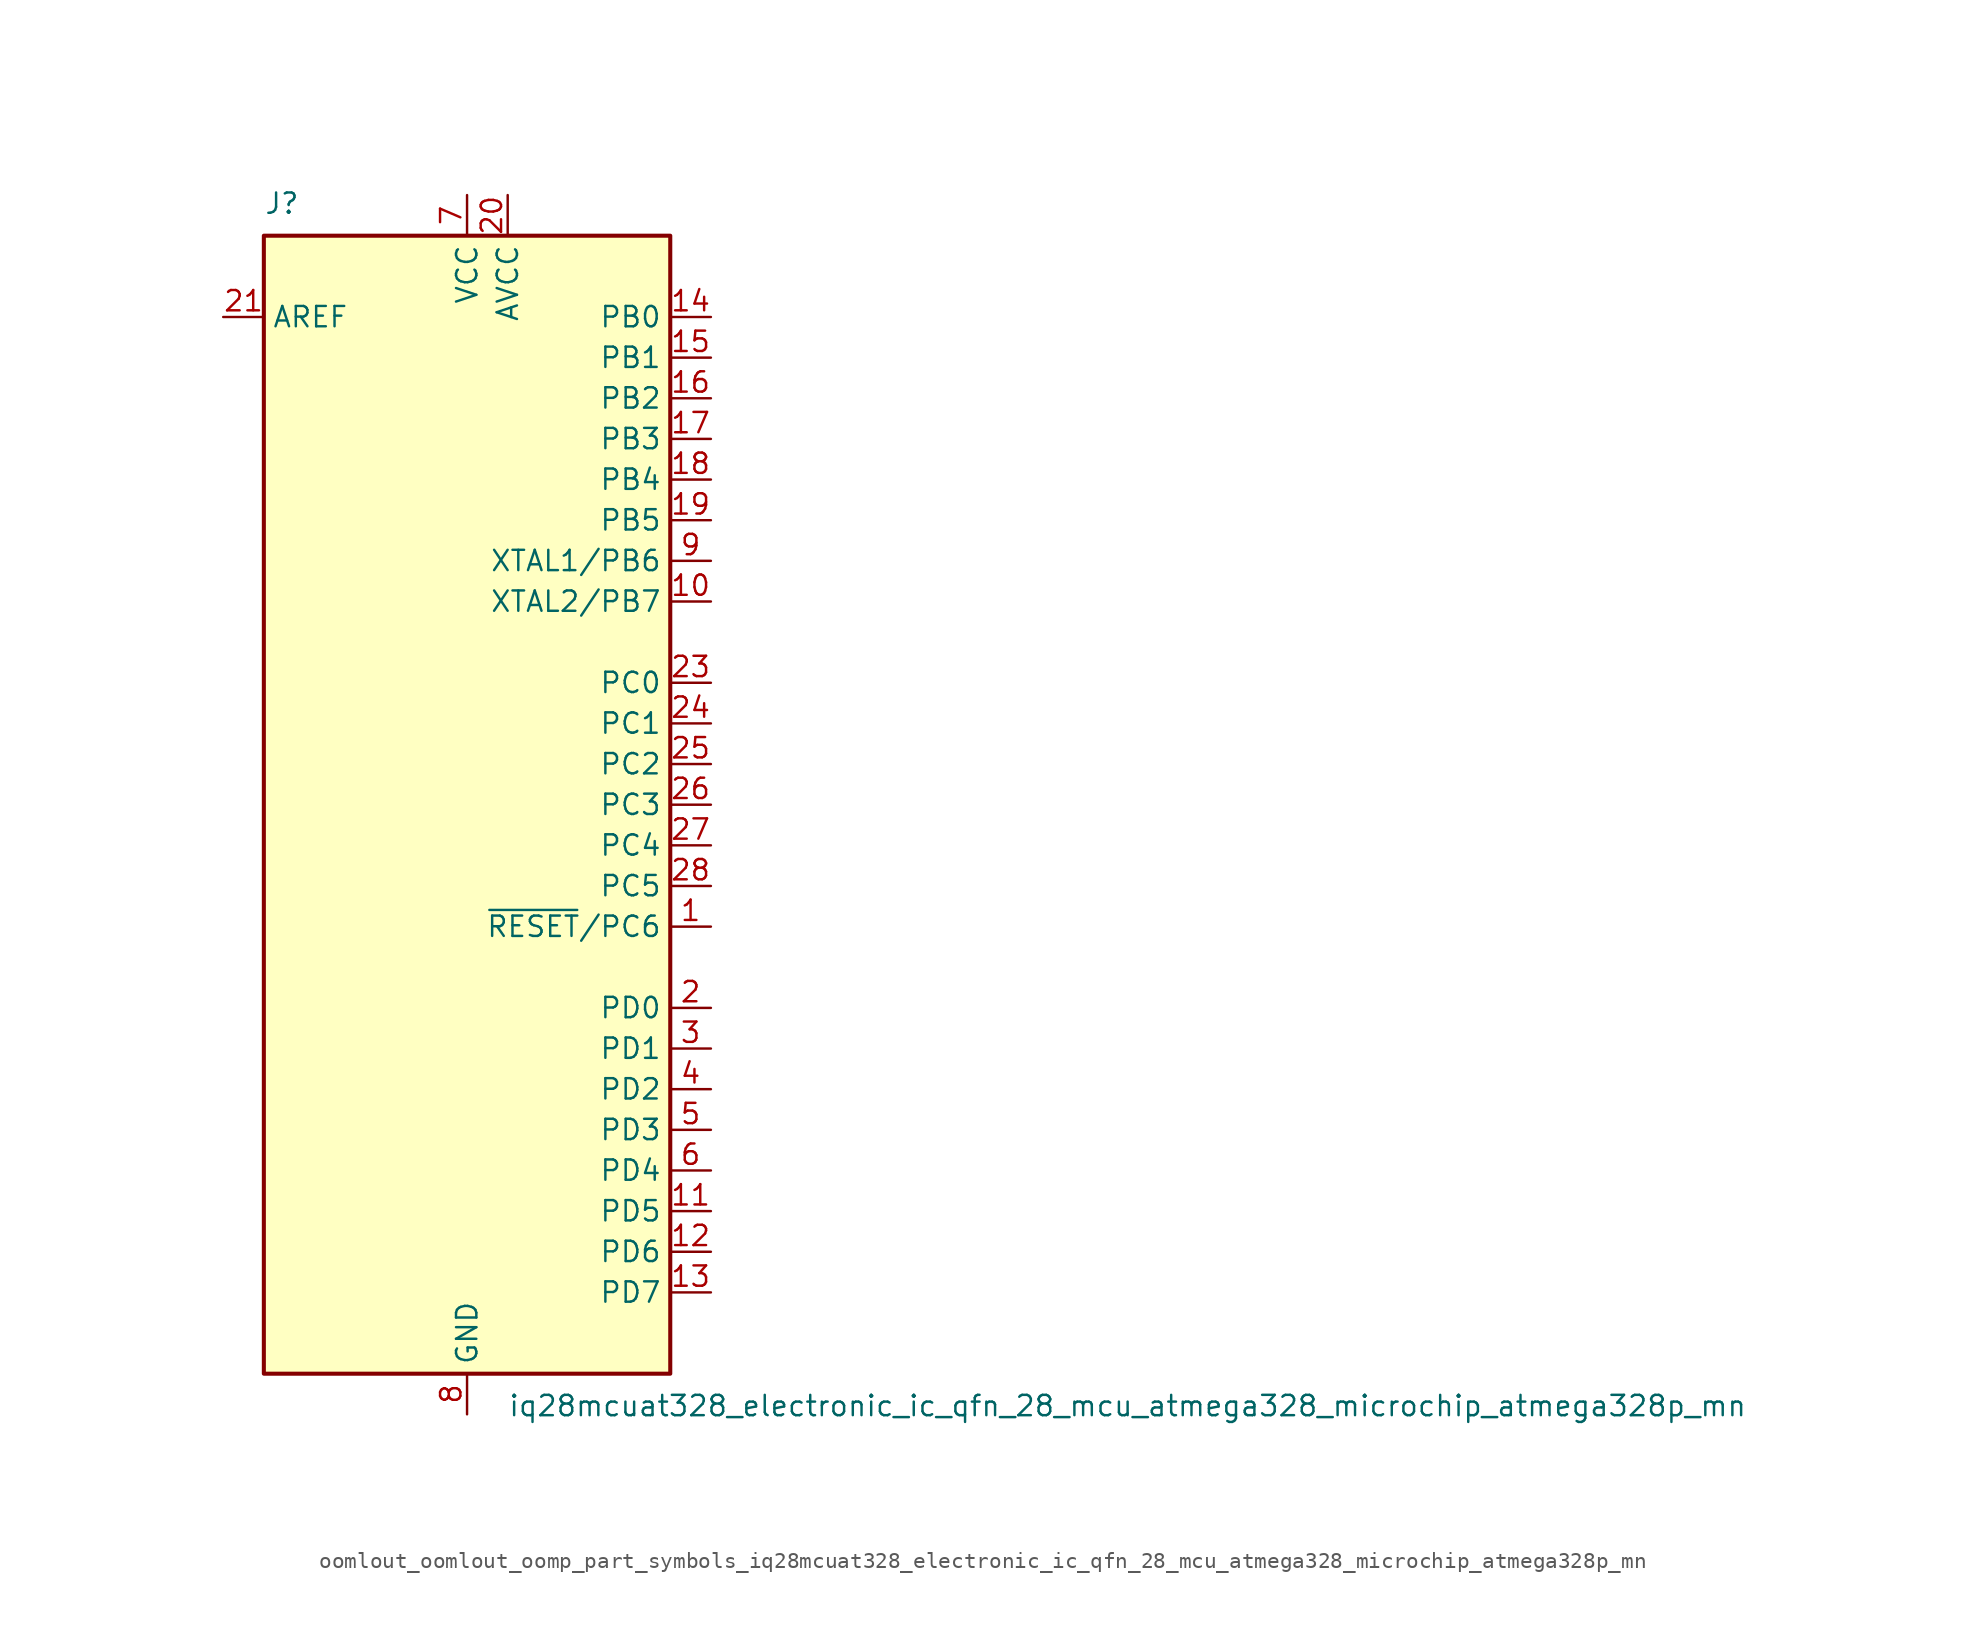
<source format=kicad_sym>
(kicad_symbol_lib
  (version 20220914)
  (generator kicad_symbol_editor)
  (symbol "oomlout_oomlout_oomp_part_symbols_iq28mcuat328_electronic_ic_qfn_28_mcu_atmega328_microchip_atmega328p_mn"
    (property "Reference" "J"
      (at -12.7 36.83 0)
      (effects (font (size 1.27 1.27)) (justify left bottom)))
    (property "Value" "iq28mcuat328_electronic_ic_qfn_28_mcu_atmega328_microchip_atmega328p_mn"
      (at 2.54 -36.83 0)
      (effects (font (size 1.27 1.27)) (justify left top)))
    (symbol "oomlout_oomlout_oomp_part_symbols_iq28mcuat328_electronic_ic_qfn_28_mcu_atmega328_microchip_atmega328p_mn_0_1"
      (rectangle (start -12.7 -35.56) (end 12.7 35.56) (stroke (width 0.254) (type default)) (fill (type background))))
    (symbol "oomlout_oomlout_oomp_part_symbols_iq28mcuat328_electronic_ic_qfn_28_mcu_atmega328_microchip_atmega328p_mn_1_1"
      (pin bidirectional line (at 15.24 -7.62 180) (length 2.54) (name "~{RESET}/PC6" (effects (font (size 1.27 1.27)))) (number "1" (effects (font (size 1.27 1.27)))))
      (pin bidirectional line (at 15.24 12.7 180) (length 2.54) (name "XTAL2/PB7" (effects (font (size 1.27 1.27)))) (number "10" (effects (font (size 1.27 1.27)))))
      (pin bidirectional line (at 15.24 -25.4 180) (length 2.54) (name "PD5" (effects (font (size 1.27 1.27)))) (number "11" (effects (font (size 1.27 1.27)))))
      (pin bidirectional line (at 15.24 -27.94 180) (length 2.54) (name "PD6" (effects (font (size 1.27 1.27)))) (number "12" (effects (font (size 1.27 1.27)))))
      (pin bidirectional line (at 15.24 -30.48 180) (length 2.54) (name "PD7" (effects (font (size 1.27 1.27)))) (number "13" (effects (font (size 1.27 1.27)))))
      (pin bidirectional line (at 15.24 30.48 180) (length 2.54) (name "PB0" (effects (font (size 1.27 1.27)))) (number "14" (effects (font (size 1.27 1.27)))))
      (pin bidirectional line (at 15.24 27.94 180) (length 2.54) (name "PB1" (effects (font (size 1.27 1.27)))) (number "15" (effects (font (size 1.27 1.27)))))
      (pin bidirectional line (at 15.24 25.4 180) (length 2.54) (name "PB2" (effects (font (size 1.27 1.27)))) (number "16" (effects (font (size 1.27 1.27)))))
      (pin bidirectional line (at 15.24 22.86 180) (length 2.54) (name "PB3" (effects (font (size 1.27 1.27)))) (number "17" (effects (font (size 1.27 1.27)))))
      (pin bidirectional line (at 15.24 20.32 180) (length 2.54) (name "PB4" (effects (font (size 1.27 1.27)))) (number "18" (effects (font (size 1.27 1.27)))))
      (pin bidirectional line (at 15.24 17.78 180) (length 2.54) (name "PB5" (effects (font (size 1.27 1.27)))) (number "19" (effects (font (size 1.27 1.27)))))
      (pin bidirectional line (at 15.24 -12.7 180) (length 2.54) (name "PD0" (effects (font (size 1.27 1.27)))) (number "2" (effects (font (size 1.27 1.27)))))
      (pin power_in line (at 2.54 38.1 270) (length 2.54) (name "AVCC" (effects (font (size 1.27 1.27)))) (number "20" (effects (font (size 1.27 1.27)))))
      (pin passive line (at -15.24 30.48 0) (length 2.54) (name "AREF" (effects (font (size 1.27 1.27)))) (number "21" (effects (font (size 1.27 1.27)))))
      (pin passive line (at 0 -38.1 90) (length 2.54) hide (name "GND" (effects (font (size 1.27 1.27)))) (number "22" (effects (font (size 1.27 1.27)))))
      (pin bidirectional line (at 15.24 7.62 180) (length 2.54) (name "PC0" (effects (font (size 1.27 1.27)))) (number "23" (effects (font (size 1.27 1.27)))))
      (pin bidirectional line (at 15.24 5.08 180) (length 2.54) (name "PC1" (effects (font (size 1.27 1.27)))) (number "24" (effects (font (size 1.27 1.27)))))
      (pin bidirectional line (at 15.24 2.54 180) (length 2.54) (name "PC2" (effects (font (size 1.27 1.27)))) (number "25" (effects (font (size 1.27 1.27)))))
      (pin bidirectional line (at 15.24 0 180) (length 2.54) (name "PC3" (effects (font (size 1.27 1.27)))) (number "26" (effects (font (size 1.27 1.27)))))
      (pin bidirectional line (at 15.24 -2.54 180) (length 2.54) (name "PC4" (effects (font (size 1.27 1.27)))) (number "27" (effects (font (size 1.27 1.27)))))
      (pin bidirectional line (at 15.24 -5.08 180) (length 2.54) (name "PC5" (effects (font (size 1.27 1.27)))) (number "28" (effects (font (size 1.27 1.27)))))
      (pin bidirectional line (at 15.24 -15.24 180) (length 2.54) (name "PD1" (effects (font (size 1.27 1.27)))) (number "3" (effects (font (size 1.27 1.27)))))
      (pin bidirectional line (at 15.24 -17.78 180) (length 2.54) (name "PD2" (effects (font (size 1.27 1.27)))) (number "4" (effects (font (size 1.27 1.27)))))
      (pin bidirectional line (at 15.24 -20.32 180) (length 2.54) (name "PD3" (effects (font (size 1.27 1.27)))) (number "5" (effects (font (size 1.27 1.27)))))
      (pin bidirectional line (at 15.24 -22.86 180) (length 2.54) (name "PD4" (effects (font (size 1.27 1.27)))) (number "6" (effects (font (size 1.27 1.27)))))
      (pin power_in line (at 0 38.1 270) (length 2.54) (name "VCC" (effects (font (size 1.27 1.27)))) (number "7" (effects (font (size 1.27 1.27)))))
      (pin power_in line (at 0 -38.1 90) (length 2.54) (name "GND" (effects (font (size 1.27 1.27)))) (number "8" (effects (font (size 1.27 1.27)))))
      (pin bidirectional line (at 15.24 15.24 180) (length 2.54) (name "XTAL1/PB6" (effects (font (size 1.27 1.27)))) (number "9" (effects (font (size 1.27 1.27))))))))
</source>
